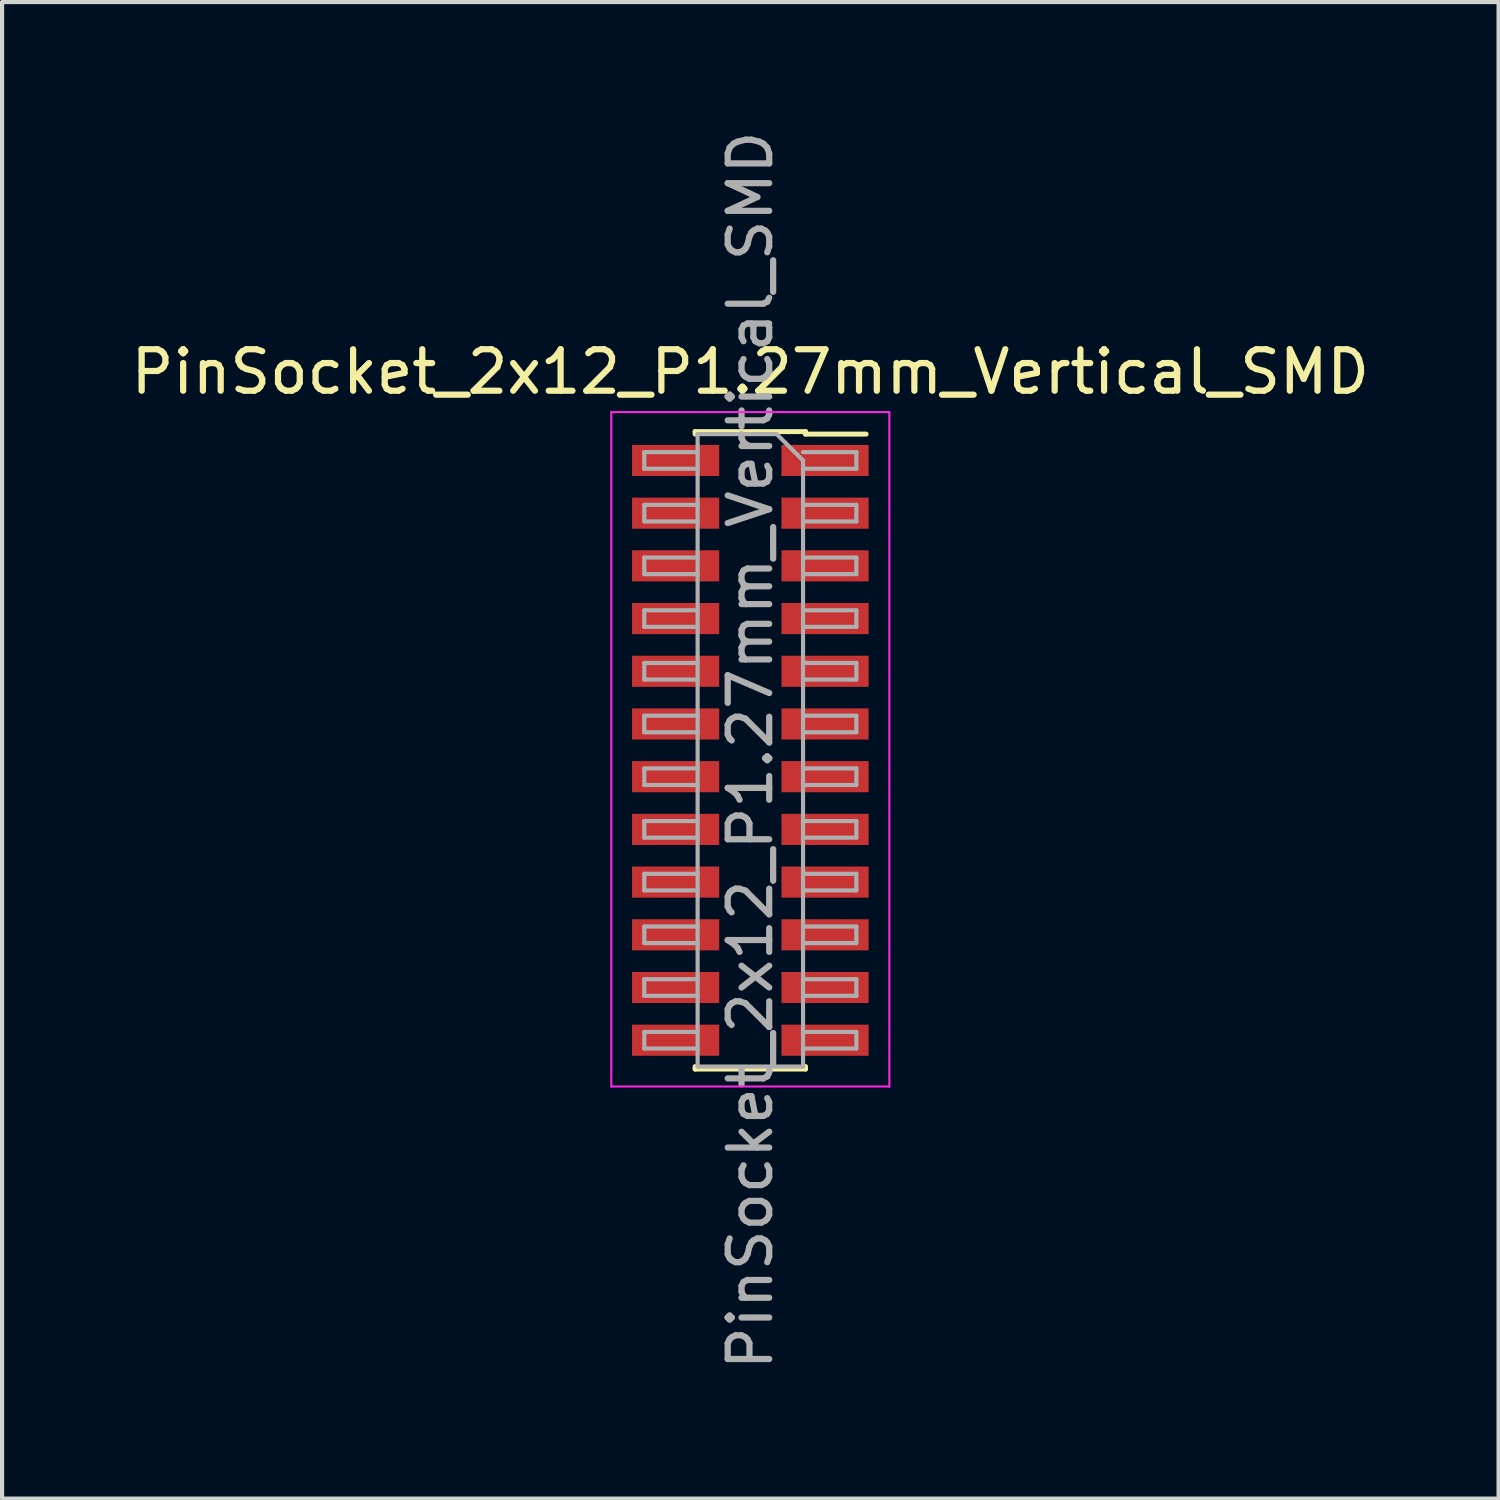
<source format=kicad_pcb>
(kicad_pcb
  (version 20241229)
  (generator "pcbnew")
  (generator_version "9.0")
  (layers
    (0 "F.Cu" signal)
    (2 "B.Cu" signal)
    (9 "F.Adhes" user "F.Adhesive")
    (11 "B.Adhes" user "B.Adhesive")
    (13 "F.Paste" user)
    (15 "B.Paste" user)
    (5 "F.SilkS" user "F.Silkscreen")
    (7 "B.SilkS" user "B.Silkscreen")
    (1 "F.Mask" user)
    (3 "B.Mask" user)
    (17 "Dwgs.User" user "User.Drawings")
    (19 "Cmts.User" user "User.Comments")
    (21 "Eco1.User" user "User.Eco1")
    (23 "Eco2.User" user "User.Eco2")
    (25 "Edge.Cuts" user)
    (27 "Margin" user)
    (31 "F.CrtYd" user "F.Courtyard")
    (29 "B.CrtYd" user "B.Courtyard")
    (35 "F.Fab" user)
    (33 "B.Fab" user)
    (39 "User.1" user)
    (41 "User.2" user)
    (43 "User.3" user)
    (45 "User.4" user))
  (footprint "PinSocket_2x12_P1.27mm_Vertical_SMD"
    (layer "F.Cu")
    (at 15.03 15.03)
    (property "Reference" "PinSocket_2x12_P1.27mm_Vertical_SMD" (at 0 -9.12 0) (layer "F.SilkS") (effects (font (size 1 1) (thickness 0.15))))
    (attr smd)
    (fp_line (start -1.33 -7.68) (end -1.33 -7.62) (stroke (width 0.12) (type solid)) (layer "F.SilkS"))
    (fp_line (start -1.33 -7.68) (end 1.33 -7.68) (stroke (width 0.12) (type solid)) (layer "F.SilkS"))
    (fp_line (start -1.33 7.62) (end -1.33 7.68) (stroke (width 0.12) (type solid)) (layer "F.SilkS"))
    (fp_line (start -1.33 7.68) (end 1.33 7.68) (stroke (width 0.12) (type solid)) (layer "F.SilkS"))
    (fp_line (start 1.33 -7.68) (end 1.33 -7.62) (stroke (width 0.12) (type solid)) (layer "F.SilkS"))
    (fp_line (start 1.33 -7.62) (end 2.79 -7.62) (stroke (width 0.12) (type solid)) (layer "F.SilkS"))
    (fp_line (start 1.33 7.62) (end 1.33 7.68) (stroke (width 0.12) (type solid)) (layer "F.SilkS"))
    (fp_line (start -3.35 -8.15) (end 3.35 -8.15) (stroke (width 0.05) (type solid)) (layer "F.CrtYd"))
    (fp_line (start -3.35 8.1) (end -3.35 -8.15) (stroke (width 0.05) (type solid)) (layer "F.CrtYd"))
    (fp_line (start 3.35 -8.15) (end 3.35 8.1) (stroke (width 0.05) (type solid)) (layer "F.CrtYd"))
    (fp_line (start 3.35 8.1) (end -3.35 8.1) (stroke (width 0.05) (type solid)) (layer "F.CrtYd"))
    (fp_line (start -2.555 -7.185) (end -1.27 -7.185) (stroke (width 0.1) (type solid)) (layer "F.Fab"))
    (fp_line (start -2.555 -6.785) (end -2.555 -7.185) (stroke (width 0.1) (type solid)) (layer "F.Fab"))
    (fp_line (start -2.555 -5.915) (end -1.27 -5.915) (stroke (width 0.1) (type solid)) (layer "F.Fab"))
    (fp_line (start -2.555 -5.515) (end -2.555 -5.915) (stroke (width 0.1) (type solid)) (layer "F.Fab"))
    (fp_line (start -2.555 -4.645) (end -1.27 -4.645) (stroke (width 0.1) (type solid)) (layer "F.Fab"))
    (fp_line (start -2.555 -4.245) (end -2.555 -4.645) (stroke (width 0.1) (type solid)) (layer "F.Fab"))
    (fp_line (start -2.555 -3.375) (end -1.27 -3.375) (stroke (width 0.1) (type solid)) (layer "F.Fab"))
    (fp_line (start -2.555 -2.975) (end -2.555 -3.375) (stroke (width 0.1) (type solid)) (layer "F.Fab"))
    (fp_line (start -2.555 -2.105) (end -1.27 -2.105) (stroke (width 0.1) (type solid)) (layer "F.Fab"))
    (fp_line (start -2.555 -1.705) (end -2.555 -2.105) (stroke (width 0.1) (type solid)) (layer "F.Fab"))
    (fp_line (start -2.555 -0.835) (end -1.27 -0.835) (stroke (width 0.1) (type solid)) (layer "F.Fab"))
    (fp_line (start -2.555 -0.435) (end -2.555 -0.835) (stroke (width 0.1) (type solid)) (layer "F.Fab"))
    (fp_line (start -2.555 0.435) (end -1.27 0.435) (stroke (width 0.1) (type solid)) (layer "F.Fab"))
    (fp_line (start -2.555 0.835) (end -2.555 0.435) (stroke (width 0.1) (type solid)) (layer "F.Fab"))
    (fp_line (start -2.555 1.705) (end -1.27 1.705) (stroke (width 0.1) (type solid)) (layer "F.Fab"))
    (fp_line (start -2.555 2.105) (end -2.555 1.705) (stroke (width 0.1) (type solid)) (layer "F.Fab"))
    (fp_line (start -2.555 2.975) (end -1.27 2.975) (stroke (width 0.1) (type solid)) (layer "F.Fab"))
    (fp_line (start -2.555 3.375) (end -2.555 2.975) (stroke (width 0.1) (type solid)) (layer "F.Fab"))
    (fp_line (start -2.555 4.245) (end -1.27 4.245) (stroke (width 0.1) (type solid)) (layer "F.Fab"))
    (fp_line (start -2.555 4.645) (end -2.555 4.245) (stroke (width 0.1) (type solid)) (layer "F.Fab"))
    (fp_line (start -2.555 5.515) (end -1.27 5.515) (stroke (width 0.1) (type solid)) (layer "F.Fab"))
    (fp_line (start -2.555 5.915) (end -2.555 5.515) (stroke (width 0.1) (type solid)) (layer "F.Fab"))
    (fp_line (start -2.555 6.785) (end -1.27 6.785) (stroke (width 0.1) (type solid)) (layer "F.Fab"))
    (fp_line (start -2.555 7.185) (end -2.555 6.785) (stroke (width 0.1) (type solid)) (layer "F.Fab"))
    (fp_line (start -1.27 -7.62) (end 0.635 -7.62) (stroke (width 0.1) (type solid)) (layer "F.Fab"))
    (fp_line (start -1.27 -6.785) (end -2.555 -6.785) (stroke (width 0.1) (type solid)) (layer "F.Fab"))
    (fp_line (start -1.27 -5.515) (end -2.555 -5.515) (stroke (width 0.1) (type solid)) (layer "F.Fab"))
    (fp_line (start -1.27 -4.245) (end -2.555 -4.245) (stroke (width 0.1) (type solid)) (layer "F.Fab"))
    (fp_line (start -1.27 -2.975) (end -2.555 -2.975) (stroke (width 0.1) (type solid)) (layer "F.Fab"))
    (fp_line (start -1.27 -1.705) (end -2.555 -1.705) (stroke (width 0.1) (type solid)) (layer "F.Fab"))
    (fp_line (start -1.27 -0.435) (end -2.555 -0.435) (stroke (width 0.1) (type solid)) (layer "F.Fab"))
    (fp_line (start -1.27 0.835) (end -2.555 0.835) (stroke (width 0.1) (type solid)) (layer "F.Fab"))
    (fp_line (start -1.27 2.105) (end -2.555 2.105) (stroke (width 0.1) (type solid)) (layer "F.Fab"))
    (fp_line (start -1.27 3.375) (end -2.555 3.375) (stroke (width 0.1) (type solid)) (layer "F.Fab"))
    (fp_line (start -1.27 4.645) (end -2.555 4.645) (stroke (width 0.1) (type solid)) (layer "F.Fab"))
    (fp_line (start -1.27 5.915) (end -2.555 5.915) (stroke (width 0.1) (type solid)) (layer "F.Fab"))
    (fp_line (start -1.27 7.185) (end -2.555 7.185) (stroke (width 0.1) (type solid)) (layer "F.Fab"))
    (fp_line (start -1.27 7.62) (end -1.27 -7.62) (stroke (width 0.1) (type solid)) (layer "F.Fab"))
    (fp_line (start 0.635 -7.62) (end 1.27 -6.985) (stroke (width 0.1) (type solid)) (layer "F.Fab"))
    (fp_line (start 1.27 -7.185) (end 2.555 -7.185) (stroke (width 0.1) (type solid)) (layer "F.Fab"))
    (fp_line (start 1.27 -6.985) (end 1.27 7.62) (stroke (width 0.1) (type solid)) (layer "F.Fab"))
    (fp_line (start 1.27 -5.915) (end 2.555 -5.915) (stroke (width 0.1) (type solid)) (layer "F.Fab"))
    (fp_line (start 1.27 -4.645) (end 2.555 -4.645) (stroke (width 0.1) (type solid)) (layer "F.Fab"))
    (fp_line (start 1.27 -3.375) (end 2.555 -3.375) (stroke (width 0.1) (type solid)) (layer "F.Fab"))
    (fp_line (start 1.27 -2.105) (end 2.555 -2.105) (stroke (width 0.1) (type solid)) (layer "F.Fab"))
    (fp_line (start 1.27 -0.835) (end 2.555 -0.835) (stroke (width 0.1) (type solid)) (layer "F.Fab"))
    (fp_line (start 1.27 0.435) (end 2.555 0.435) (stroke (width 0.1) (type solid)) (layer "F.Fab"))
    (fp_line (start 1.27 1.705) (end 2.555 1.705) (stroke (width 0.1) (type solid)) (layer "F.Fab"))
    (fp_line (start 1.27 2.975) (end 2.555 2.975) (stroke (width 0.1) (type solid)) (layer "F.Fab"))
    (fp_line (start 1.27 4.245) (end 2.555 4.245) (stroke (width 0.1) (type solid)) (layer "F.Fab"))
    (fp_line (start 1.27 5.515) (end 2.555 5.515) (stroke (width 0.1) (type solid)) (layer "F.Fab"))
    (fp_line (start 1.27 6.785) (end 2.555 6.785) (stroke (width 0.1) (type solid)) (layer "F.Fab"))
    (fp_line (start 1.27 7.62) (end -1.27 7.62) (stroke (width 0.1) (type solid)) (layer "F.Fab"))
    (fp_line (start 2.555 -7.185) (end 2.555 -6.785) (stroke (width 0.1) (type solid)) (layer "F.Fab"))
    (fp_line (start 2.555 -6.785) (end 1.27 -6.785) (stroke (width 0.1) (type solid)) (layer "F.Fab"))
    (fp_line (start 2.555 -5.915) (end 2.555 -5.515) (stroke (width 0.1) (type solid)) (layer "F.Fab"))
    (fp_line (start 2.555 -5.515) (end 1.27 -5.515) (stroke (width 0.1) (type solid)) (layer "F.Fab"))
    (fp_line (start 2.555 -4.645) (end 2.555 -4.245) (stroke (width 0.1) (type solid)) (layer "F.Fab"))
    (fp_line (start 2.555 -4.245) (end 1.27 -4.245) (stroke (width 0.1) (type solid)) (layer "F.Fab"))
    (fp_line (start 2.555 -3.375) (end 2.555 -2.975) (stroke (width 0.1) (type solid)) (layer "F.Fab"))
    (fp_line (start 2.555 -2.975) (end 1.27 -2.975) (stroke (width 0.1) (type solid)) (layer "F.Fab"))
    (fp_line (start 2.555 -2.105) (end 2.555 -1.705) (stroke (width 0.1) (type solid)) (layer "F.Fab"))
    (fp_line (start 2.555 -1.705) (end 1.27 -1.705) (stroke (width 0.1) (type solid)) (layer "F.Fab"))
    (fp_line (start 2.555 -0.835) (end 2.555 -0.435) (stroke (width 0.1) (type solid)) (layer "F.Fab"))
    (fp_line (start 2.555 -0.435) (end 1.27 -0.435) (stroke (width 0.1) (type solid)) (layer "F.Fab"))
    (fp_line (start 2.555 0.435) (end 2.555 0.835) (stroke (width 0.1) (type solid)) (layer "F.Fab"))
    (fp_line (start 2.555 0.835) (end 1.27 0.835) (stroke (width 0.1) (type solid)) (layer "F.Fab"))
    (fp_line (start 2.555 1.705) (end 2.555 2.105) (stroke (width 0.1) (type solid)) (layer "F.Fab"))
    (fp_line (start 2.555 2.105) (end 1.27 2.105) (stroke (width 0.1) (type solid)) (layer "F.Fab"))
    (fp_line (start 2.555 2.975) (end 2.555 3.375) (stroke (width 0.1) (type solid)) (layer "F.Fab"))
    (fp_line (start 2.555 3.375) (end 1.27 3.375) (stroke (width 0.1) (type solid)) (layer "F.Fab"))
    (fp_line (start 2.555 4.245) (end 2.555 4.645) (stroke (width 0.1) (type solid)) (layer "F.Fab"))
    (fp_line (start 2.555 4.645) (end 1.27 4.645) (stroke (width 0.1) (type solid)) (layer "F.Fab"))
    (fp_line (start 2.555 5.515) (end 2.555 5.915) (stroke (width 0.1) (type solid)) (layer "F.Fab"))
    (fp_line (start 2.555 5.915) (end 1.27 5.915) (stroke (width 0.1) (type solid)) (layer "F.Fab"))
    (fp_line (start 2.555 6.785) (end 2.555 7.185) (stroke (width 0.1) (type solid)) (layer "F.Fab"))
    (fp_line (start 2.555 7.185) (end 1.27 7.185) (stroke (width 0.1) (type solid)) (layer "F.Fab"))
    (fp_text user "${REFERENCE}" (at 0 0 90) (layer "F.Fab") (effects (font (size 1 1) (thickness 0.15))))
    (pad "1" smd rect (at 1.8 -6.985) (size 2.1 0.75) (layers "F.Cu" "F.Mask" "F.Paste"))
    (pad "2" smd rect (at -1.8 -6.985) (size 2.1 0.75) (layers "F.Cu" "F.Mask" "F.Paste"))
    (pad "3" smd rect (at 1.8 -5.715) (size 2.1 0.75) (layers "F.Cu" "F.Mask" "F.Paste"))
    (pad "4" smd rect (at -1.8 -5.715) (size 2.1 0.75) (layers "F.Cu" "F.Mask" "F.Paste"))
    (pad "5" smd rect (at 1.8 -4.445) (size 2.1 0.75) (layers "F.Cu" "F.Mask" "F.Paste"))
    (pad "6" smd rect (at -1.8 -4.445) (size 2.1 0.75) (layers "F.Cu" "F.Mask" "F.Paste"))
    (pad "7" smd rect (at 1.8 -3.175) (size 2.1 0.75) (layers "F.Cu" "F.Mask" "F.Paste"))
    (pad "8" smd rect (at -1.8 -3.175) (size 2.1 0.75) (layers "F.Cu" "F.Mask" "F.Paste"))
    (pad "9" smd rect (at 1.8 -1.905) (size 2.1 0.75) (layers "F.Cu" "F.Mask" "F.Paste"))
    (pad "10" smd rect (at -1.8 -1.905) (size 2.1 0.75) (layers "F.Cu" "F.Mask" "F.Paste"))
    (pad "11" smd rect (at 1.8 -0.635) (size 2.1 0.75) (layers "F.Cu" "F.Mask" "F.Paste"))
    (pad "12" smd rect (at -1.8 -0.635) (size 2.1 0.75) (layers "F.Cu" "F.Mask" "F.Paste"))
    (pad "13" smd rect (at 1.8 0.635) (size 2.1 0.75) (layers "F.Cu" "F.Mask" "F.Paste"))
    (pad "14" smd rect (at -1.8 0.635) (size 2.1 0.75) (layers "F.Cu" "F.Mask" "F.Paste"))
    (pad "15" smd rect (at 1.8 1.905) (size 2.1 0.75) (layers "F.Cu" "F.Mask" "F.Paste"))
    (pad "16" smd rect (at -1.8 1.905) (size 2.1 0.75) (layers "F.Cu" "F.Mask" "F.Paste"))
    (pad "17" smd rect (at 1.8 3.175) (size 2.1 0.75) (layers "F.Cu" "F.Mask" "F.Paste"))
    (pad "18" smd rect (at -1.8 3.175) (size 2.1 0.75) (layers "F.Cu" "F.Mask" "F.Paste"))
    (pad "19" smd rect (at 1.8 4.445) (size 2.1 0.75) (layers "F.Cu" "F.Mask" "F.Paste"))
    (pad "20" smd rect (at -1.8 4.445) (size 2.1 0.75) (layers "F.Cu" "F.Mask" "F.Paste"))
    (pad "21" smd rect (at 1.8 5.715) (size 2.1 0.75) (layers "F.Cu" "F.Mask" "F.Paste"))
    (pad "22" smd rect (at -1.8 5.715) (size 2.1 0.75) (layers "F.Cu" "F.Mask" "F.Paste"))
    (pad "23" smd rect (at 1.8 6.985) (size 2.1 0.75) (layers "F.Cu" "F.Mask" "F.Paste"))
    (pad "24" smd rect (at -1.8 6.985) (size 2.1 0.75) (layers "F.Cu" "F.Mask" "F.Paste")))
  (gr_rect
    (start -3 -3)
    (end 33.06 33.06)
    (stroke (width 0.1) (type default))
    (fill no)
    (layer "Edge.Cuts")))
</source>
